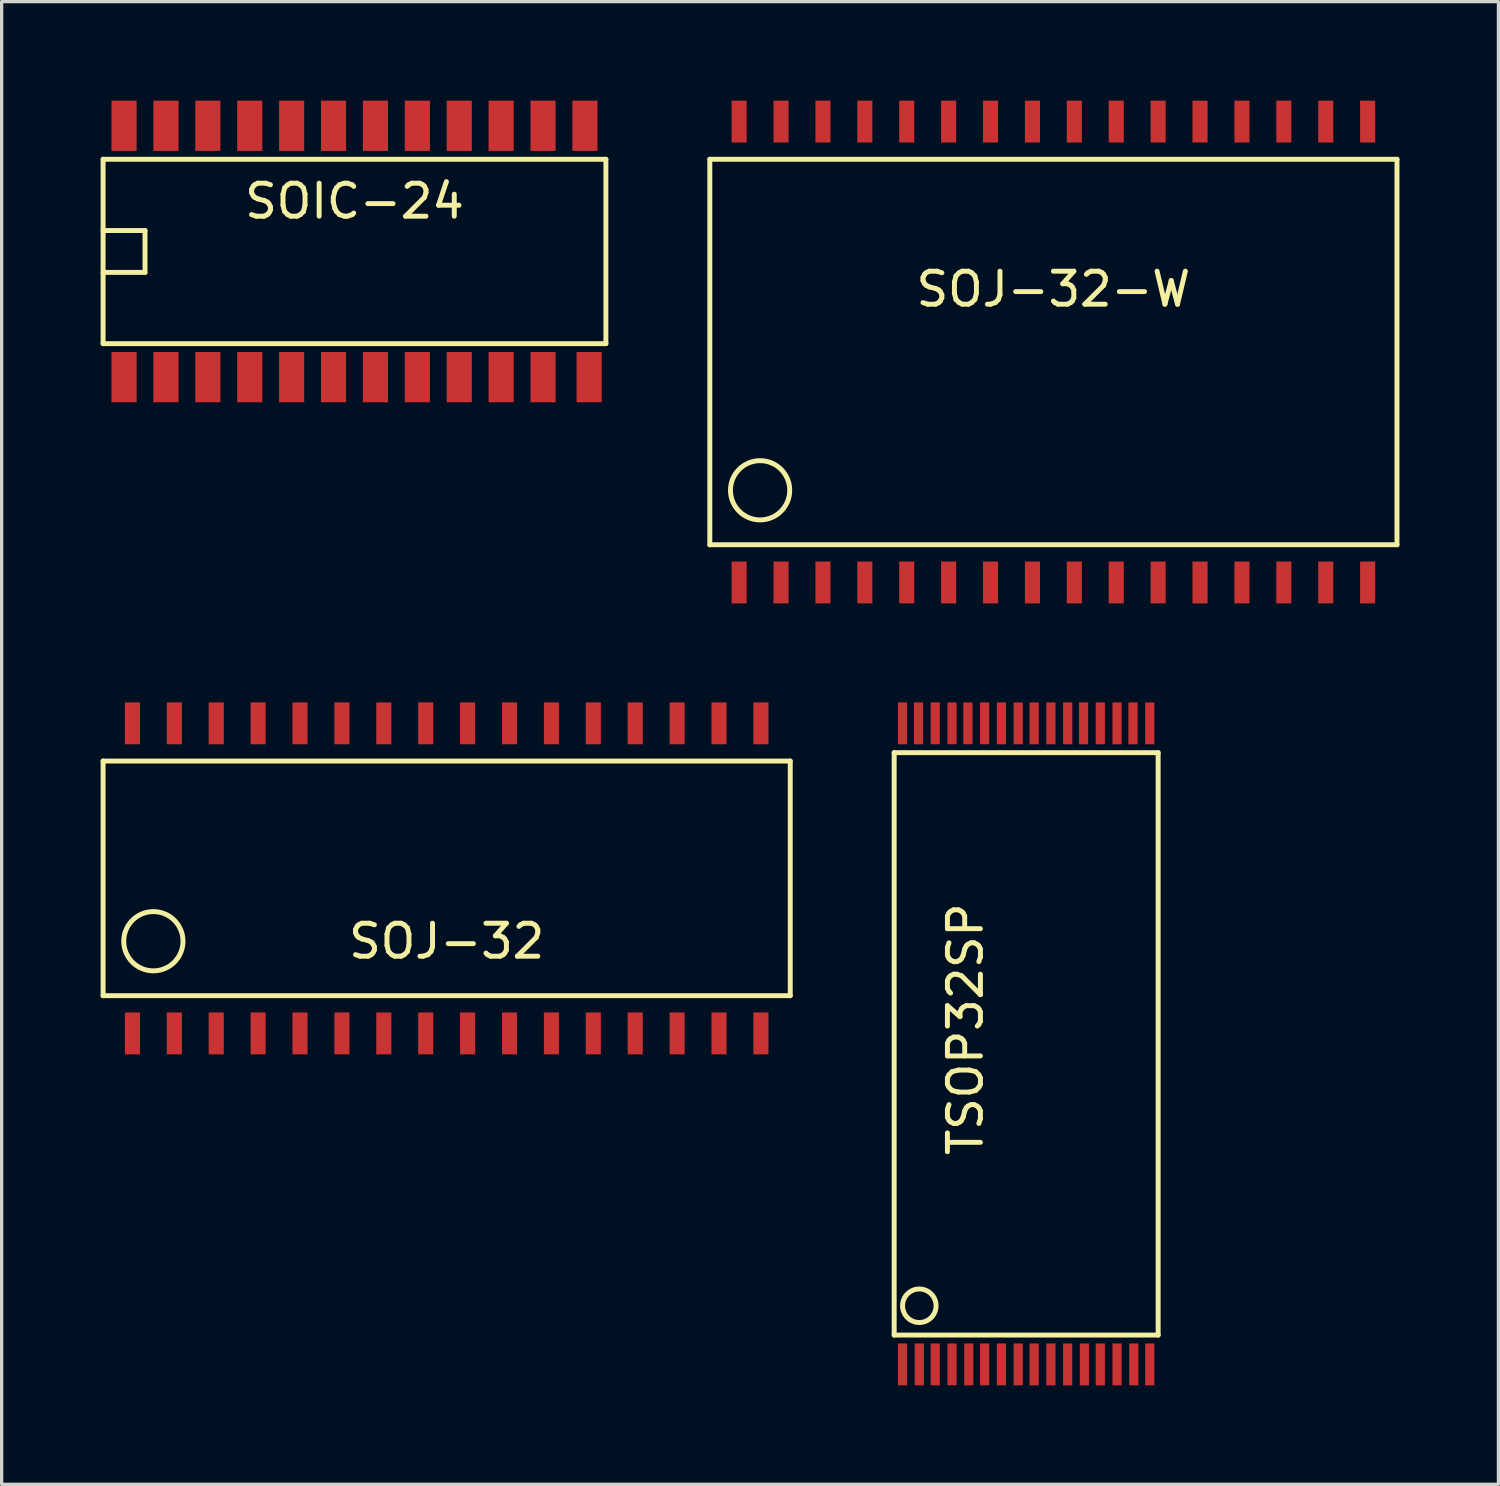
<source format=kicad_pcb>
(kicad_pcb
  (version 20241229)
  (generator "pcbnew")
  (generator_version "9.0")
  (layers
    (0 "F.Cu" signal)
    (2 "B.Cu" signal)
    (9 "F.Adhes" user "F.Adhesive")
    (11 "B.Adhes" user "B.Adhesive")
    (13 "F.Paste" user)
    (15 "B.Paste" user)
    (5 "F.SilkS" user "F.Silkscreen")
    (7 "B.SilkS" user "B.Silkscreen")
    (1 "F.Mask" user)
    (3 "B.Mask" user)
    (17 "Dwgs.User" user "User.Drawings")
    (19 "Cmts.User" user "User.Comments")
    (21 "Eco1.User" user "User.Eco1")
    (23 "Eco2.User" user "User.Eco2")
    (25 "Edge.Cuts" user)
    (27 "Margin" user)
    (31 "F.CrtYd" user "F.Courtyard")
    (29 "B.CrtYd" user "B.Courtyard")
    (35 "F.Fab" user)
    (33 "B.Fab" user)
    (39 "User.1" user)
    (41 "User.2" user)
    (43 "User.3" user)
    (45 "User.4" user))
  (footprint "SOIC-24"
    (layer "F.Cu")
    (at 7.695 4.572)
    (property "Reference" "SOIC-24" (at 0 -1.524 0) (layer "F.SilkS") (effects (font (size 1 1) (thickness 0.15))))
    (attr smd)
    (fp_line (start -7.62 -2.794) (end -7.62 2.794) (stroke (width 0.15) (type solid)) (layer "F.SilkS"))
    (fp_line (start -7.62 -0.635) (end -6.35 -0.635) (stroke (width 0.15) (type solid)) (layer "F.SilkS"))
    (fp_line (start -7.62 2.794) (end 7.62 2.794) (stroke (width 0.15) (type solid)) (layer "F.SilkS"))
    (fp_line (start -6.35 -0.635) (end -6.35 0.635) (stroke (width 0.15) (type solid)) (layer "F.SilkS"))
    (fp_line (start -6.35 0.635) (end -7.62 0.635) (stroke (width 0.15) (type solid)) (layer "F.SilkS"))
    (fp_line (start 7.62 -2.794) (end -7.62 -2.794) (stroke (width 0.15) (type solid)) (layer "F.SilkS"))
    (fp_line (start 7.62 -2.794) (end 7.62 2.794) (stroke (width 0.15) (type solid)) (layer "F.SilkS"))
    (pad "1" smd rect (at -6.985 3.81) (size 0.762 1.524) (layers "F.Cu" "F.Mask" "F.Paste"))
    (pad "2" smd rect (at -5.715 3.81) (size 0.762 1.524) (layers "F.Cu" "F.Mask" "F.Paste"))
    (pad "3" smd rect (at -4.445 3.81) (size 0.762 1.524) (layers "F.Cu" "F.Mask" "F.Paste"))
    (pad "4" smd rect (at -3.175 3.81) (size 0.762 1.524) (layers "F.Cu" "F.Mask" "F.Paste"))
    (pad "5" smd rect (at -1.905 3.81) (size 0.762 1.524) (layers "F.Cu" "F.Mask" "F.Paste"))
    (pad "6" smd rect (at -0.635 3.81) (size 0.762 1.524) (layers "F.Cu" "F.Mask" "F.Paste"))
    (pad "7" smd rect (at 0.635 3.81) (size 0.762 1.524) (layers "F.Cu" "F.Mask" "F.Paste"))
    (pad "8" smd rect (at 1.905 3.81) (size 0.762 1.524) (layers "F.Cu" "F.Mask" "F.Paste"))
    (pad "9" smd rect (at 3.175 3.81) (size 0.762 1.524) (layers "F.Cu" "F.Mask" "F.Paste"))
    (pad "10" smd rect (at 4.445 3.81) (size 0.762 1.524) (layers "F.Cu" "F.Mask" "F.Paste"))
    (pad "11" smd rect (at 5.715 3.81) (size 0.762 1.524) (layers "F.Cu" "F.Mask" "F.Paste"))
    (pad "12" smd rect (at 7.112 3.81) (size 0.762 1.524) (layers "F.Cu" "F.Mask" "F.Paste"))
    (pad "13" smd rect (at 6.985 -3.81) (size 0.762 1.524) (layers "F.Cu" "F.Mask" "F.Paste"))
    (pad "14" smd rect (at 5.715 -3.81) (size 0.762 1.524) (layers "F.Cu" "F.Mask" "F.Paste"))
    (pad "15" smd rect (at 4.445 -3.81) (size 0.762 1.524) (layers "F.Cu" "F.Mask" "F.Paste"))
    (pad "16" smd rect (at 3.175 -3.81) (size 0.762 1.524) (layers "F.Cu" "F.Mask" "F.Paste"))
    (pad "17" smd rect (at 1.905 -3.81) (size 0.762 1.524) (layers "F.Cu" "F.Mask" "F.Paste"))
    (pad "18" smd rect (at 0.635 -3.81) (size 0.762 1.524) (layers "F.Cu" "F.Mask" "F.Paste"))
    (pad "19" smd rect (at -0.635 -3.81) (size 0.762 1.524) (layers "F.Cu" "F.Mask" "F.Paste"))
    (pad "20" smd rect (at -1.905 -3.81) (size 0.762 1.524) (layers "F.Cu" "F.Mask" "F.Paste"))
    (pad "21" smd rect (at -3.175 -3.81) (size 0.762 1.524) (layers "F.Cu" "F.Mask" "F.Paste"))
    (pad "22" smd rect (at -4.445 -3.81) (size 0.762 1.524) (layers "F.Cu" "F.Mask" "F.Paste"))
    (pad "23" smd rect (at -5.715 -3.81) (size 0.762 1.524) (layers "F.Cu" "F.Mask" "F.Paste"))
    (pad "24" smd rect (at -6.985 -3.81) (size 0.762 1.524) (layers "F.Cu" "F.Mask" "F.Paste")))
  (footprint "TSOP32SP"
    (layer "F.Cu")
    (at 28.117 28.654)
    (property "Reference" "TSOP32SP" (at -1.905 -0.508 90) (layer "F.SilkS") (effects (font (size 1 1) (thickness 0.15))))
    (attr smd)
    (fp_line (start -4.064 -8.89) (end 3.937 -8.89) (stroke (width 0.15) (type solid)) (layer "F.SilkS"))
    (fp_line (start -4.064 8.763) (end -4.064 -8.89) (stroke (width 0.15) (type solid)) (layer "F.SilkS"))
    (fp_line (start 3.937 -8.89) (end 3.937 8.763) (stroke (width 0.15) (type solid)) (layer "F.SilkS"))
    (fp_line (start 3.937 8.763) (end -4.064 8.763) (stroke (width 0.15) (type solid)) (layer "F.SilkS"))
    (fp_circle (center -3.302 7.874) (end -3.302 8.382) (stroke (width 0.15) (type solid)) (fill no) (layer "F.SilkS"))
    (pad "1" smd rect (at -3.81 9.652) (size 0.279 1.27) (layers "F.Cu" "F.Mask" "F.Paste"))
    (pad "2" smd rect (at -3.302 9.652) (size 0.279 1.27) (layers "F.Cu" "F.Mask" "F.Paste"))
    (pad "3" smd rect (at -2.819 9.652) (size 0.279 1.27) (layers "F.Cu" "F.Mask" "F.Paste"))
    (pad "4" smd rect (at -2.311 9.652) (size 0.279 1.27) (layers "F.Cu" "F.Mask" "F.Paste"))
    (pad "5" smd rect (at -1.803 9.652) (size 0.279 1.27) (layers "F.Cu" "F.Mask" "F.Paste"))
    (pad "6" smd rect (at -1.321 9.652) (size 0.279 1.27) (layers "F.Cu" "F.Mask" "F.Paste"))
    (pad "7" smd rect (at -0.813 9.652) (size 0.279 1.27) (layers "F.Cu" "F.Mask" "F.Paste"))
    (pad "8" smd rect (at -0.305 9.652) (size 0.279 1.27) (layers "F.Cu" "F.Mask" "F.Paste"))
    (pad "9" smd rect (at 0.178 9.652) (size 0.279 1.27) (layers "F.Cu" "F.Mask" "F.Paste"))
    (pad "10" smd rect (at 0.686 9.652) (size 0.279 1.27) (layers "F.Cu" "F.Mask" "F.Paste"))
    (pad "11" smd rect (at 1.194 9.652) (size 0.279 1.27) (layers "F.Cu" "F.Mask" "F.Paste"))
    (pad "12" smd rect (at 1.702 9.652) (size 0.279 1.27) (layers "F.Cu" "F.Mask" "F.Paste"))
    (pad "13" smd rect (at 2.184 9.652) (size 0.279 1.27) (layers "F.Cu" "F.Mask" "F.Paste"))
    (pad "14" smd rect (at 2.692 9.652) (size 0.279 1.27) (layers "F.Cu" "F.Mask" "F.Paste"))
    (pad "15" smd rect (at 3.2 9.652) (size 0.279 1.27) (layers "F.Cu" "F.Mask" "F.Paste"))
    (pad "16" smd rect (at 3.683 9.652) (size 0.279 1.27) (layers "F.Cu" "F.Mask" "F.Paste"))
    (pad "17" smd rect (at 3.683 -9.779) (size 0.279 1.27) (layers "F.Cu" "F.Mask" "F.Paste"))
    (pad "18" smd rect (at 3.175 -9.779) (size 0.279 1.27) (layers "F.Cu" "F.Mask" "F.Paste"))
    (pad "19" smd rect (at 2.692 -9.779) (size 0.279 1.27) (layers "F.Cu" "F.Mask" "F.Paste"))
    (pad "20" smd rect (at 2.184 -9.779) (size 0.279 1.27) (layers "F.Cu" "F.Mask" "F.Paste"))
    (pad "21" smd rect (at 1.676 -9.779) (size 0.279 1.27) (layers "F.Cu" "F.Mask" "F.Paste"))
    (pad "22" smd rect (at 1.194 -9.779) (size 0.279 1.27) (layers "F.Cu" "F.Mask" "F.Paste"))
    (pad "23" smd rect (at 0.686 -9.779) (size 0.279 1.27) (layers "F.Cu" "F.Mask" "F.Paste"))
    (pad "24" smd rect (at 0.178 -9.779) (size 0.279 1.27) (layers "F.Cu" "F.Mask" "F.Paste"))
    (pad "25" smd rect (at -0.305 -9.779) (size 0.279 1.27) (layers "F.Cu" "F.Mask" "F.Paste"))
    (pad "26" smd rect (at -0.813 -9.779) (size 0.279 1.27) (layers "F.Cu" "F.Mask" "F.Paste"))
    (pad "27" smd rect (at -1.321 -9.779) (size 0.279 1.27) (layers "F.Cu" "F.Mask" "F.Paste"))
    (pad "28" smd rect (at -1.829 -9.779) (size 0.279 1.27) (layers "F.Cu" "F.Mask" "F.Paste"))
    (pad "29" smd rect (at -2.311 -9.779) (size 0.279 1.27) (layers "F.Cu" "F.Mask" "F.Paste"))
    (pad "30" smd rect (at -2.819 -9.779) (size 0.279 1.27) (layers "F.Cu" "F.Mask" "F.Paste"))
    (pad "31" smd rect (at -3.327 -9.779) (size 0.279 1.27) (layers "F.Cu" "F.Mask" "F.Paste"))
    (pad "32" smd rect (at -3.81 -9.779) (size 0.279 1.27) (layers "F.Cu" "F.Mask" "F.Paste")))
  (footprint "SOJ-32-W"
    (layer "F.Cu")
    (at 28.879 7.62)
    (property "Reference" "SOJ-32-W" (at 0 -1.905 0) (layer "F.SilkS") (effects (font (size 1 1) (thickness 0.15))))
    (attr smd)
    (fp_line (start -10.414 -5.842) (end 10.414 -5.842) (stroke (width 0.15) (type solid)) (layer "F.SilkS"))
    (fp_line (start -10.414 5.842) (end -10.414 -5.842) (stroke (width 0.15) (type solid)) (layer "F.SilkS"))
    (fp_line (start 10.414 -5.842) (end 10.414 5.842) (stroke (width 0.15) (type solid)) (layer "F.SilkS"))
    (fp_line (start 10.414 5.842) (end -10.414 5.842) (stroke (width 0.15) (type solid)) (layer "F.SilkS"))
    (fp_circle (center -8.89 4.191) (end -9.525 3.556) (stroke (width 0.15) (type solid)) (fill no) (layer "F.SilkS"))
    (pad "1" smd rect (at -9.525 6.985) (size 0.457 1.27) (layers "F.Cu" "F.Mask" "F.Paste"))
    (pad "2" smd rect (at -8.255 6.985) (size 0.457 1.27) (layers "F.Cu" "F.Mask" "F.Paste"))
    (pad "3" smd rect (at -6.985 6.985) (size 0.457 1.27) (layers "F.Cu" "F.Mask" "F.Paste"))
    (pad "4" smd rect (at -5.715 6.985) (size 0.457 1.27) (layers "F.Cu" "F.Mask" "F.Paste"))
    (pad "5" smd rect (at -4.445 6.985) (size 0.457 1.27) (layers "F.Cu" "F.Mask" "F.Paste"))
    (pad "6" smd rect (at -3.175 6.985) (size 0.457 1.27) (layers "F.Cu" "F.Mask" "F.Paste"))
    (pad "7" smd rect (at -1.905 6.985) (size 0.457 1.27) (layers "F.Cu" "F.Mask" "F.Paste"))
    (pad "8" smd rect (at -0.635 6.985) (size 0.457 1.27) (layers "F.Cu" "F.Mask" "F.Paste"))
    (pad "9" smd rect (at 0.635 6.985) (size 0.457 1.27) (layers "F.Cu" "F.Mask" "F.Paste"))
    (pad "10" smd rect (at 1.905 6.985) (size 0.457 1.27) (layers "F.Cu" "F.Mask" "F.Paste"))
    (pad "11" smd rect (at 3.175 6.985) (size 0.457 1.27) (layers "F.Cu" "F.Mask" "F.Paste"))
    (pad "12" smd rect (at 4.445 6.985) (size 0.457 1.27) (layers "F.Cu" "F.Mask" "F.Paste"))
    (pad "13" smd rect (at 5.715 6.985) (size 0.457 1.27) (layers "F.Cu" "F.Mask" "F.Paste"))
    (pad "14" smd rect (at 6.985 6.985) (size 0.457 1.27) (layers "F.Cu" "F.Mask" "F.Paste"))
    (pad "15" smd rect (at 8.255 6.985) (size 0.457 1.27) (layers "F.Cu" "F.Mask" "F.Paste"))
    (pad "16" smd rect (at 9.525 6.985) (size 0.457 1.27) (layers "F.Cu" "F.Mask" "F.Paste"))
    (pad "17" smd rect (at 9.525 -6.985) (size 0.457 1.27) (layers "F.Cu" "F.Mask" "F.Paste"))
    (pad "18" smd rect (at 8.255 -6.985) (size 0.457 1.27) (layers "F.Cu" "F.Mask" "F.Paste"))
    (pad "19" smd rect (at 6.985 -6.985) (size 0.457 1.27) (layers "F.Cu" "F.Mask" "F.Paste"))
    (pad "20" smd rect (at 5.715 -6.985) (size 0.457 1.27) (layers "F.Cu" "F.Mask" "F.Paste"))
    (pad "21" smd rect (at 4.445 -6.985) (size 0.457 1.27) (layers "F.Cu" "F.Mask" "F.Paste"))
    (pad "22" smd rect (at 3.175 -6.985) (size 0.457 1.27) (layers "F.Cu" "F.Mask" "F.Paste"))
    (pad "23" smd rect (at 1.905 -6.985) (size 0.457 1.27) (layers "F.Cu" "F.Mask" "F.Paste"))
    (pad "24" smd rect (at 0.635 -6.985) (size 0.457 1.27) (layers "F.Cu" "F.Mask" "F.Paste"))
    (pad "25" smd rect (at -0.635 -6.985) (size 0.457 1.27) (layers "F.Cu" "F.Mask" "F.Paste"))
    (pad "26" smd rect (at -1.905 -6.985) (size 0.457 1.27) (layers "F.Cu" "F.Mask" "F.Paste"))
    (pad "27" smd rect (at -3.175 -6.985) (size 0.457 1.27) (layers "F.Cu" "F.Mask" "F.Paste"))
    (pad "28" smd rect (at -4.445 -6.985) (size 0.457 1.27) (layers "F.Cu" "F.Mask" "F.Paste"))
    (pad "29" smd rect (at -5.715 -6.985) (size 0.457 1.27) (layers "F.Cu" "F.Mask" "F.Paste"))
    (pad "30" smd rect (at -6.985 -6.985) (size 0.457 1.27) (layers "F.Cu" "F.Mask" "F.Paste"))
    (pad "31" smd rect (at -8.255 -6.985) (size 0.457 1.27) (layers "F.Cu" "F.Mask" "F.Paste"))
    (pad "32" smd rect (at -9.525 -6.985) (size 0.457 1.27) (layers "F.Cu" "F.Mask" "F.Paste")))
  (footprint "SOJ-32"
    (layer "F.Cu")
    (at 10.489 23.574)
    (property "Reference" "SOJ-32" (at 0 1.905 0) (layer "F.SilkS") (effects (font (size 1 1) (thickness 0.15))))
    (attr smd)
    (fp_line (start -10.414 -3.556) (end 10.414 -3.556) (stroke (width 0.15) (type solid)) (layer "F.SilkS"))
    (fp_line (start -10.414 3.556) (end -10.414 -3.556) (stroke (width 0.15) (type solid)) (layer "F.SilkS"))
    (fp_line (start 10.414 -3.556) (end 10.414 3.556) (stroke (width 0.15) (type solid)) (layer "F.SilkS"))
    (fp_line (start 10.414 3.556) (end -10.414 3.556) (stroke (width 0.15) (type solid)) (layer "F.SilkS"))
    (fp_circle (center -8.89 1.905) (end -9.525 1.27) (stroke (width 0.15) (type solid)) (fill no) (layer "F.SilkS"))
    (pad "1" smd rect (at -9.525 4.699) (size 0.457 1.27) (layers "F.Cu" "F.Mask" "F.Paste"))
    (pad "2" smd rect (at -8.255 4.699) (size 0.457 1.27) (layers "F.Cu" "F.Mask" "F.Paste"))
    (pad "3" smd rect (at -6.985 4.699) (size 0.457 1.27) (layers "F.Cu" "F.Mask" "F.Paste"))
    (pad "4" smd rect (at -5.715 4.699) (size 0.457 1.27) (layers "F.Cu" "F.Mask" "F.Paste"))
    (pad "5" smd rect (at -4.445 4.699) (size 0.457 1.27) (layers "F.Cu" "F.Mask" "F.Paste"))
    (pad "6" smd rect (at -3.175 4.699) (size 0.457 1.27) (layers "F.Cu" "F.Mask" "F.Paste"))
    (pad "7" smd rect (at -1.905 4.699) (size 0.457 1.27) (layers "F.Cu" "F.Mask" "F.Paste"))
    (pad "8" smd rect (at -0.635 4.699) (size 0.457 1.27) (layers "F.Cu" "F.Mask" "F.Paste"))
    (pad "9" smd rect (at 0.635 4.699) (size 0.457 1.27) (layers "F.Cu" "F.Mask" "F.Paste"))
    (pad "10" smd rect (at 1.905 4.699) (size 0.457 1.27) (layers "F.Cu" "F.Mask" "F.Paste"))
    (pad "11" smd rect (at 3.175 4.699) (size 0.457 1.27) (layers "F.Cu" "F.Mask" "F.Paste"))
    (pad "12" smd rect (at 4.445 4.699) (size 0.457 1.27) (layers "F.Cu" "F.Mask" "F.Paste"))
    (pad "13" smd rect (at 5.715 4.699) (size 0.457 1.27) (layers "F.Cu" "F.Mask" "F.Paste"))
    (pad "14" smd rect (at 6.985 4.699) (size 0.457 1.27) (layers "F.Cu" "F.Mask" "F.Paste"))
    (pad "15" smd rect (at 8.255 4.699) (size 0.457 1.27) (layers "F.Cu" "F.Mask" "F.Paste"))
    (pad "16" smd rect (at 9.525 4.699) (size 0.457 1.27) (layers "F.Cu" "F.Mask" "F.Paste"))
    (pad "17" smd rect (at 9.525 -4.699) (size 0.457 1.27) (layers "F.Cu" "F.Mask" "F.Paste"))
    (pad "18" smd rect (at 8.255 -4.699) (size 0.457 1.27) (layers "F.Cu" "F.Mask" "F.Paste"))
    (pad "19" smd rect (at 6.985 -4.699) (size 0.457 1.27) (layers "F.Cu" "F.Mask" "F.Paste"))
    (pad "20" smd rect (at 5.715 -4.699) (size 0.457 1.27) (layers "F.Cu" "F.Mask" "F.Paste"))
    (pad "21" smd rect (at 4.445 -4.699) (size 0.457 1.27) (layers "F.Cu" "F.Mask" "F.Paste"))
    (pad "22" smd rect (at 3.175 -4.699) (size 0.457 1.27) (layers "F.Cu" "F.Mask" "F.Paste"))
    (pad "23" smd rect (at 1.905 -4.699) (size 0.457 1.27) (layers "F.Cu" "F.Mask" "F.Paste"))
    (pad "24" smd rect (at 0.635 -4.699) (size 0.457 1.27) (layers "F.Cu" "F.Mask" "F.Paste"))
    (pad "25" smd rect (at -0.635 -4.699) (size 0.457 1.27) (layers "F.Cu" "F.Mask" "F.Paste"))
    (pad "26" smd rect (at -1.905 -4.699) (size 0.457 1.27) (layers "F.Cu" "F.Mask" "F.Paste"))
    (pad "27" smd rect (at -3.175 -4.699) (size 0.457 1.27) (layers "F.Cu" "F.Mask" "F.Paste"))
    (pad "28" smd rect (at -4.445 -4.699) (size 0.457 1.27) (layers "F.Cu" "F.Mask" "F.Paste"))
    (pad "29" smd rect (at -5.715 -4.699) (size 0.457 1.27) (layers "F.Cu" "F.Mask" "F.Paste"))
    (pad "30" smd rect (at -6.985 -4.699) (size 0.457 1.27) (layers "F.Cu" "F.Mask" "F.Paste"))
    (pad "31" smd rect (at -8.255 -4.699) (size 0.457 1.27) (layers "F.Cu" "F.Mask" "F.Paste"))
    (pad "32" smd rect (at -9.525 -4.699) (size 0.457 1.27) (layers "F.Cu" "F.Mask" "F.Paste")))
  (gr_rect
    (start -3 -3)
    (end 42.368 41.941)
    (stroke (width 0.1) (type default))
    (fill no)
    (layer "Edge.Cuts")))
</source>
